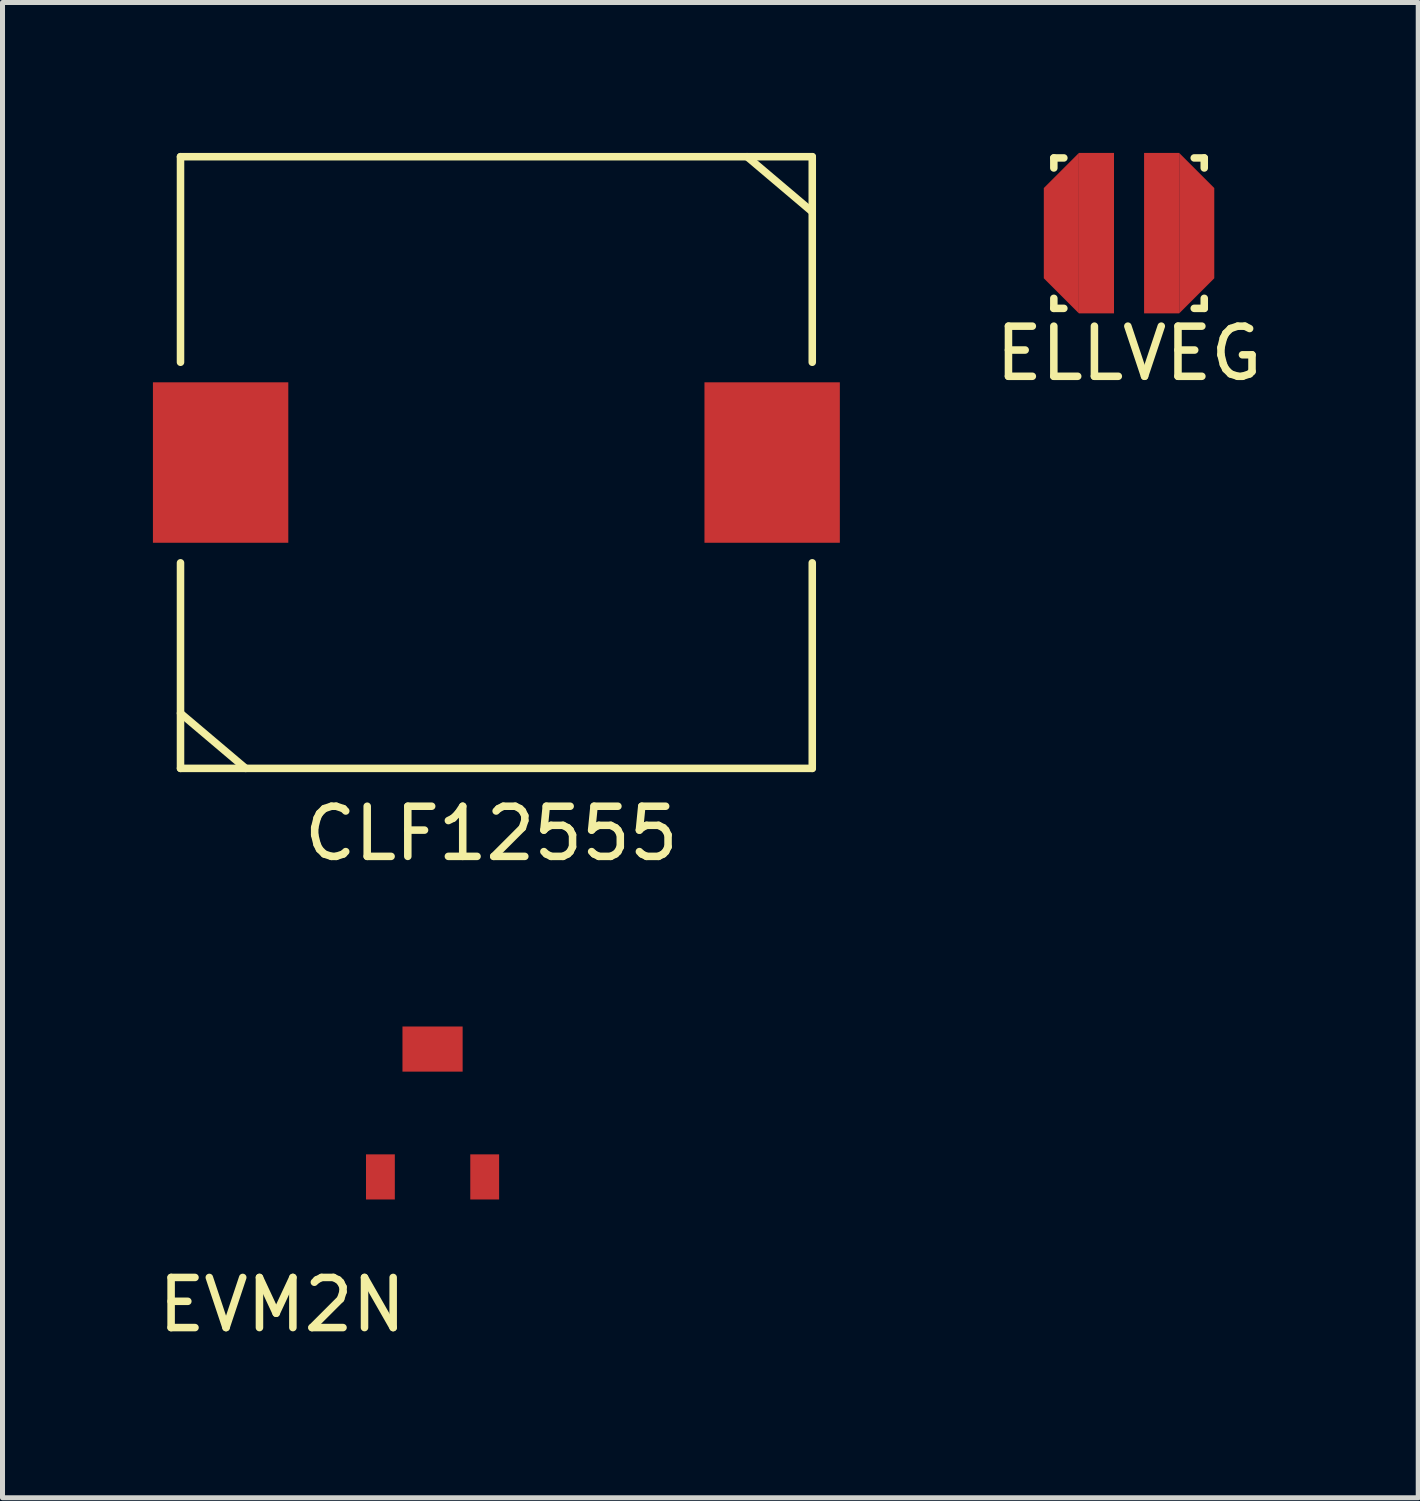
<source format=kicad_pcb>
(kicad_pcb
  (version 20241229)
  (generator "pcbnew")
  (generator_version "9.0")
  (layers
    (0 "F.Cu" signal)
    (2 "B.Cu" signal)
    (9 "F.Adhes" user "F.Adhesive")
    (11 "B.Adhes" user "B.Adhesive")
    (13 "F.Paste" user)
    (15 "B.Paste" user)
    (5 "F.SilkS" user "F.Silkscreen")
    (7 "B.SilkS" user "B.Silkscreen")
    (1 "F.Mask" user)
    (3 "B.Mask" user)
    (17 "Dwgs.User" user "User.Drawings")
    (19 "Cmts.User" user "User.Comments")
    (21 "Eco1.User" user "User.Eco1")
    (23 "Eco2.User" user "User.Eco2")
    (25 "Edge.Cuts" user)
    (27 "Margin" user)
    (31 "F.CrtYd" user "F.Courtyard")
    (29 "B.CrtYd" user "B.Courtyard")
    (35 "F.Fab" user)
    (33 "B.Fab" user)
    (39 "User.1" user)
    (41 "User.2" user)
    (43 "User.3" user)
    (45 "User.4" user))
  (footprint "EVM2N"
    (layer "F.Cu")
    (at 5.577 18.973)
    (property "Reference" "EVM2N" (at -3 4 0) (layer "F.SilkS") (effects (font (size 1 1) (thickness 0.15))))
    (attr through_hole)
    (pad "1" smd rect (at -1.04 1.45) (size 0.575 0.9) (layers "F.Cu" "F.Mask" "F.Paste"))
    (pad "2" smd rect (at 1.04 1.45) (size 0.575 0.9) (layers "F.Cu" "F.Mask" "F.Paste"))
    (pad "3" smd rect (at 0 -1.1) (size 1.2 0.9) (layers "F.Cu" "F.Mask" "F.Paste")))
  (footprint "ELLVEG"
    (layer "F.Cu")
    (at 19.468 1.6)
    (property "Reference" "ELLVEG" (at 0 2.4 0) (layer "F.SilkS") (effects (font (size 1 1) (thickness 0.15))))
    (attr through_hole)
    (fp_line (start -1.5 -1.5) (end -1.3 -1.5) (stroke (width 0.15) (type solid)) (layer "F.SilkS"))
    (fp_line (start -1.5 -1.3) (end -1.5 -1.5) (stroke (width 0.15) (type solid)) (layer "F.SilkS"))
    (fp_line (start -1.5 1.3) (end -1.5 1.5) (stroke (width 0.15) (type solid)) (layer "F.SilkS"))
    (fp_line (start -1.5 1.5) (end -1.3 1.5) (stroke (width 0.15) (type solid)) (layer "F.SilkS"))
    (fp_line (start 1.3 -1.5) (end 1.5 -1.5) (stroke (width 0.15) (type solid)) (layer "F.SilkS"))
    (fp_line (start 1.3 1.5) (end 1.5 1.5) (stroke (width 0.15) (type solid)) (layer "F.SilkS"))
    (fp_line (start 1.5 -1.5) (end 1.5 -1.3) (stroke (width 0.15) (type solid)) (layer "F.SilkS"))
    (fp_line (start 1.5 1.5) (end 1.5 1.3) (stroke (width 0.15) (type solid)) (layer "F.SilkS"))
    (pad "1" smd trapezoid (at -1.35 0) (size 0.7 2.5) (rect_delta -0.7 0) (layers "F.Cu" "F.Mask" "F.Paste"))
    (pad "1" smd rect (at -0.65 0) (size 0.7 3.2) (layers "F.Cu" "F.Mask" "F.Paste"))
    (pad "2" smd rect (at 0.65 0) (size 0.7 3.2) (layers "F.Cu" "F.Mask" "F.Paste"))
    (pad "2" smd trapezoid (at 1.35 0) (size 0.7 2.5) (rect_delta 0.7 0) (layers "F.Cu" "F.Mask" "F.Paste")))
  (footprint "CLF12555"
    (layer "F.Cu")
    (at 6.85 6.175)
    (property "Reference" "CLF12555" (at -0.1 7.4 0) (layer "F.SilkS") (effects (font (size 1 1) (thickness 0.15))))
    (attr through_hole)
    (fp_line (start -6.3 -6.1) (end 6.3 -6.1) (stroke (width 0.15) (type solid)) (layer "F.SilkS"))
    (fp_line (start -6.3 -2) (end -6.3 -6.1) (stroke (width 0.15) (type solid)) (layer "F.SilkS"))
    (fp_line (start -6.3 2) (end -6.3 6.1) (stroke (width 0.15) (type solid)) (layer "F.SilkS"))
    (fp_line (start -6.3 5) (end -5 6.1) (stroke (width 0.15) (type solid)) (layer "F.SilkS"))
    (fp_line (start -6.3 6.1) (end 6.3 6.1) (stroke (width 0.15) (type solid)) (layer "F.SilkS"))
    (fp_line (start 5 -6.1) (end 6.3 -5) (stroke (width 0.15) (type solid)) (layer "F.SilkS"))
    (fp_line (start 6.3 -6.1) (end 6.3 -2) (stroke (width 0.15) (type solid)) (layer "F.SilkS"))
    (fp_line (start 6.3 6.1) (end 6.3 2) (stroke (width 0.15) (type solid)) (layer "F.SilkS"))
    (pad "1" smd rect (at -5.5 0) (size 2.7 3.2) (layers "F.Cu" "F.Mask" "F.Paste"))
    (pad "2" smd rect (at 5.5 0) (size 2.7 3.2) (layers "F.Cu" "F.Mask" "F.Paste")))
  (gr_rect
    (start -3 -3)
    (end 25.236 26.822)
    (stroke (width 0.1) (type default))
    (fill no)
    (layer "Edge.Cuts")))
</source>
